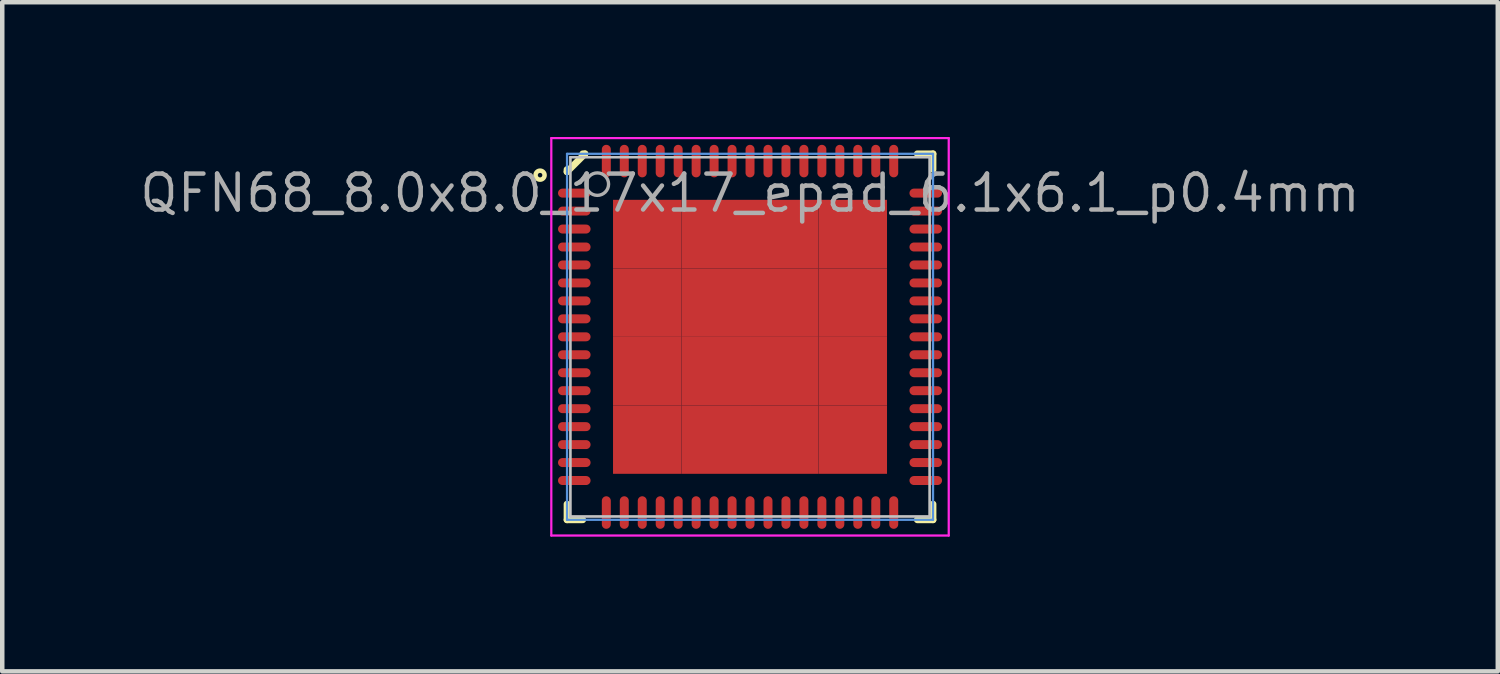
<source format=kicad_pcb>
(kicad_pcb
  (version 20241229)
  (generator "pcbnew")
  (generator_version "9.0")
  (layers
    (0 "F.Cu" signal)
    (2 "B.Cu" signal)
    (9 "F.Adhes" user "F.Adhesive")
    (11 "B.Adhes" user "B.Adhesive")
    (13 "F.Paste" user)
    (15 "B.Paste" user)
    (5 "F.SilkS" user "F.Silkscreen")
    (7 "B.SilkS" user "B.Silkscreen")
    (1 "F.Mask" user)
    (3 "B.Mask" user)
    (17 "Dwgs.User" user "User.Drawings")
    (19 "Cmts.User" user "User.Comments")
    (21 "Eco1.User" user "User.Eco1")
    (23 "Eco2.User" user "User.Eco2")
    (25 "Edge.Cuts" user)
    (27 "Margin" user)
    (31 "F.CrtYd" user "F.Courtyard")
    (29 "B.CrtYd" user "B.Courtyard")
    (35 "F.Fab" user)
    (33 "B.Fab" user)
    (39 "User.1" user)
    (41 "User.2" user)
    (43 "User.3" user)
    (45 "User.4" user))
  (footprint "QFN68_8.0x8.0_17x17_epad_6.1x6.1_p0.4mm"
    (layer "F.Cu")
    (at 13.651 4.45)
    (property "Reference" "QFN68_8.0x8.0_17x17_epad_6.1x6.1_p0.4mm" (at 0 -3.2 0) (layer "F.Fab") (effects (font (size 0.8 0.8) (thickness 0.1))))
    (attr through_hole)
    (fp_line (start -4.075 -3.675) (end -4.075 -3.725) (stroke (width 0.15) (type solid)) (layer "F.SilkS"))
    (fp_line (start -4.075 -3.675) (end -3.675 -4.075) (stroke (width 0.15) (type solid)) (layer "F.SilkS"))
    (fp_line (start -4.075 4.075) (end -4.075 3.725) (stroke (width 0.15) (type solid)) (layer "F.SilkS"))
    (fp_line (start -4.075 4.075) (end -3.725 4.075) (stroke (width 0.15) (type solid)) (layer "F.SilkS"))
    (fp_line (start -3.725 -4.075) (end -3.675 -4.075) (stroke (width 0.15) (type solid)) (layer "F.SilkS"))
    (fp_line (start 4.075 -4.075) (end 3.725 -4.075) (stroke (width 0.15) (type solid)) (layer "F.SilkS"))
    (fp_line (start 4.075 -4.075) (end 4.075 -3.725) (stroke (width 0.15) (type solid)) (layer "F.SilkS"))
    (fp_line (start 4.075 4.075) (end 3.725 4.075) (stroke (width 0.15) (type solid)) (layer "F.SilkS"))
    (fp_line (start 4.075 4.075) (end 4.075 3.725) (stroke (width 0.15) (type solid)) (layer "F.SilkS"))
    (fp_circle (center -4.675 -3.6) (end -4.604 -3.529) (stroke (width 0.1) (type solid)) (fill no) (layer "F.SilkS"))
    (fp_line (start -4 -4) (end -4 4) (stroke (width 0.05) (type solid)) (layer "Dwgs.User"))
    (fp_line (start -4 -4) (end 4 -4) (stroke (width 0.05) (type solid)) (layer "Dwgs.User"))
    (fp_line (start -4 4) (end 4 4) (stroke (width 0.05) (type solid)) (layer "Dwgs.User"))
    (fp_line (start 4 -4) (end 4 4) (stroke (width 0.05) (type solid)) (layer "Dwgs.User"))
    (fp_line (start -4.075 -4.075) (end -4.075 4.075) (stroke (width 0.05) (type solid)) (layer "Cmts.User"))
    (fp_line (start -4.075 -4.075) (end 4.075 -4.075) (stroke (width 0.05) (type solid)) (layer "Cmts.User"))
    (fp_line (start -4.075 4.075) (end 4.075 4.075) (stroke (width 0.05) (type solid)) (layer "Cmts.User"))
    (fp_line (start 4.075 -4.075) (end 4.075 4.075) (stroke (width 0.05) (type solid)) (layer "Cmts.User"))
    (fp_line (start -3.925 -3.925) (end -3.925 3.925) (stroke (width 0.05) (type solid)) (layer "Eco1.User"))
    (fp_line (start -3.925 -3.925) (end 3.925 -3.925) (stroke (width 0.05) (type solid)) (layer "Eco1.User"))
    (fp_line (start -3.925 3.925) (end 3.925 3.925) (stroke (width 0.05) (type solid)) (layer "Eco1.User"))
    (fp_line (start 3.925 -3.925) (end 3.925 3.925) (stroke (width 0.05) (type solid)) (layer "Eco1.User"))
    (fp_line (start -4.425 -4.425) (end -4.425 4.425) (stroke (width 0.05) (type solid)) (layer "F.CrtYd"))
    (fp_line (start -4.425 -4.425) (end 4.425 -4.425) (stroke (width 0.05) (type solid)) (layer "F.CrtYd"))
    (fp_line (start -4.425 4.425) (end 4.425 4.425) (stroke (width 0.05) (type solid)) (layer "F.CrtYd"))
    (fp_line (start 4.425 -4.425) (end 4.425 4.425) (stroke (width 0.05) (type solid)) (layer "F.CrtYd"))
    (fp_line (start -4 -4) (end -4 4) (stroke (width 0.05) (type solid)) (layer "F.Fab"))
    (fp_line (start -4 -4) (end 4 -4) (stroke (width 0.05) (type solid)) (layer "F.Fab"))
    (fp_line (start -4 4) (end 4 4) (stroke (width 0.05) (type solid)) (layer "F.Fab"))
    (fp_line (start 4 -4) (end 4 4) (stroke (width 0.05) (type solid)) (layer "F.Fab"))
    (fp_circle (center -3.4 -3.4) (end -3.223 -3.223) (stroke (width 0.075) (type solid)) (fill no) (layer "F.Fab"))
    (pad "1" smd oval (at -3.913 -3.2 180) (size 0.725 0.2) (layers "F.Cu" "F.Mask" "F.Paste"))
    (pad "2" smd oval (at -3.913 -2.8 180) (size 0.725 0.2) (layers "F.Cu" "F.Mask" "F.Paste"))
    (pad "3" smd oval (at -3.913 -2.4 180) (size 0.725 0.2) (layers "F.Cu" "F.Mask" "F.Paste"))
    (pad "4" smd oval (at -3.913 -2 180) (size 0.725 0.2) (layers "F.Cu" "F.Mask" "F.Paste"))
    (pad "5" smd oval (at -3.913 -1.6 180) (size 0.725 0.2) (layers "F.Cu" "F.Mask" "F.Paste"))
    (pad "6" smd oval (at -3.913 -1.2 180) (size 0.725 0.2) (layers "F.Cu" "F.Mask" "F.Paste"))
    (pad "7" smd oval (at -3.913 -0.8 180) (size 0.725 0.2) (layers "F.Cu" "F.Mask" "F.Paste"))
    (pad "8" smd oval (at -3.913 -0.4 180) (size 0.725 0.2) (layers "F.Cu" "F.Mask" "F.Paste"))
    (pad "9" smd oval (at -3.913 0 180) (size 0.725 0.2) (layers "F.Cu" "F.Mask" "F.Paste"))
    (pad "10" smd oval (at -3.913 0.4 180) (size 0.725 0.2) (layers "F.Cu" "F.Mask" "F.Paste"))
    (pad "11" smd oval (at -3.913 0.8 180) (size 0.725 0.2) (layers "F.Cu" "F.Mask" "F.Paste"))
    (pad "12" smd oval (at -3.913 1.2 180) (size 0.725 0.2) (layers "F.Cu" "F.Mask" "F.Paste"))
    (pad "13" smd oval (at -3.913 1.6 180) (size 0.725 0.2) (layers "F.Cu" "F.Mask" "F.Paste"))
    (pad "14" smd oval (at -3.913 2 180) (size 0.725 0.2) (layers "F.Cu" "F.Mask" "F.Paste"))
    (pad "15" smd oval (at -3.913 2.4 180) (size 0.725 0.2) (layers "F.Cu" "F.Mask" "F.Paste"))
    (pad "16" smd oval (at -3.913 2.8 180) (size 0.725 0.2) (layers "F.Cu" "F.Mask" "F.Paste"))
    (pad "17" smd oval (at -3.913 3.2 180) (size 0.725 0.2) (layers "F.Cu" "F.Mask" "F.Paste"))
    (pad "18" smd oval (at -3.2 3.913 270) (size 0.725 0.2) (layers "F.Cu" "F.Mask" "F.Paste"))
    (pad "19" smd oval (at -2.8 3.913 270) (size 0.725 0.2) (layers "F.Cu" "F.Mask" "F.Paste"))
    (pad "20" smd oval (at -2.4 3.913 270) (size 0.725 0.2) (layers "F.Cu" "F.Mask" "F.Paste"))
    (pad "21" smd oval (at -2 3.913 270) (size 0.725 0.2) (layers "F.Cu" "F.Mask" "F.Paste"))
    (pad "22" smd oval (at -1.6 3.913 270) (size 0.725 0.2) (layers "F.Cu" "F.Mask" "F.Paste"))
    (pad "23" smd oval (at -1.2 3.913 270) (size 0.725 0.2) (layers "F.Cu" "F.Mask" "F.Paste"))
    (pad "24" smd oval (at -0.8 3.913 270) (size 0.725 0.2) (layers "F.Cu" "F.Mask" "F.Paste"))
    (pad "25" smd oval (at -0.4 3.913 270) (size 0.725 0.2) (layers "F.Cu" "F.Mask" "F.Paste"))
    (pad "26" smd oval (at 0 3.913 270) (size 0.725 0.2) (layers "F.Cu" "F.Mask" "F.Paste"))
    (pad "27" smd oval (at 0.4 3.913 270) (size 0.725 0.2) (layers "F.Cu" "F.Mask" "F.Paste"))
    (pad "28" smd oval (at 0.8 3.913 270) (size 0.725 0.2) (layers "F.Cu" "F.Mask" "F.Paste"))
    (pad "29" smd oval (at 1.2 3.913 270) (size 0.725 0.2) (layers "F.Cu" "F.Mask" "F.Paste"))
    (pad "30" smd oval (at 1.6 3.913 270) (size 0.725 0.2) (layers "F.Cu" "F.Mask" "F.Paste"))
    (pad "31" smd oval (at 2 3.913 270) (size 0.725 0.2) (layers "F.Cu" "F.Mask" "F.Paste"))
    (pad "32" smd oval (at 2.4 3.913 270) (size 0.725 0.2) (layers "F.Cu" "F.Mask" "F.Paste"))
    (pad "33" smd oval (at 2.8 3.913 270) (size 0.725 0.2) (layers "F.Cu" "F.Mask" "F.Paste"))
    (pad "34" smd oval (at 3.2 3.913 270) (size 0.725 0.2) (layers "F.Cu" "F.Mask" "F.Paste"))
    (pad "35" smd oval (at 3.913 3.2) (size 0.725 0.2) (layers "F.Cu" "F.Mask" "F.Paste"))
    (pad "36" smd oval (at 3.913 2.8) (size 0.725 0.2) (layers "F.Cu" "F.Mask" "F.Paste"))
    (pad "37" smd oval (at 3.913 2.4) (size 0.725 0.2) (layers "F.Cu" "F.Mask" "F.Paste"))
    (pad "38" smd oval (at 3.913 2) (size 0.725 0.2) (layers "F.Cu" "F.Mask" "F.Paste"))
    (pad "39" smd oval (at 3.913 1.6) (size 0.725 0.2) (layers "F.Cu" "F.Mask" "F.Paste"))
    (pad "40" smd oval (at 3.913 1.2) (size 0.725 0.2) (layers "F.Cu" "F.Mask" "F.Paste"))
    (pad "41" smd oval (at 3.913 0.8) (size 0.725 0.2) (layers "F.Cu" "F.Mask" "F.Paste"))
    (pad "42" smd oval (at 3.913 0.4) (size 0.725 0.2) (layers "F.Cu" "F.Mask" "F.Paste"))
    (pad "43" smd oval (at 3.913 0) (size 0.725 0.2) (layers "F.Cu" "F.Mask" "F.Paste"))
    (pad "44" smd oval (at 3.913 -0.4) (size 0.725 0.2) (layers "F.Cu" "F.Mask" "F.Paste"))
    (pad "45" smd oval (at 3.913 -0.8) (size 0.725 0.2) (layers "F.Cu" "F.Mask" "F.Paste"))
    (pad "46" smd oval (at 3.913 -1.2) (size 0.725 0.2) (layers "F.Cu" "F.Mask" "F.Paste"))
    (pad "47" smd oval (at 3.913 -1.6) (size 0.725 0.2) (layers "F.Cu" "F.Mask" "F.Paste"))
    (pad "48" smd oval (at 3.913 -2) (size 0.725 0.2) (layers "F.Cu" "F.Mask" "F.Paste"))
    (pad "49" smd oval (at 3.913 -2.4) (size 0.725 0.2) (layers "F.Cu" "F.Mask" "F.Paste"))
    (pad "50" smd oval (at 3.913 -2.8) (size 0.725 0.2) (layers "F.Cu" "F.Mask" "F.Paste"))
    (pad "51" smd oval (at 3.913 -3.2) (size 0.725 0.2) (layers "F.Cu" "F.Mask" "F.Paste"))
    (pad "52" smd oval (at 3.2 -3.913 90) (size 0.725 0.2) (layers "F.Cu" "F.Mask" "F.Paste"))
    (pad "53" smd oval (at 2.8 -3.913 90) (size 0.725 0.2) (layers "F.Cu" "F.Mask" "F.Paste"))
    (pad "54" smd oval (at 2.4 -3.913 90) (size 0.725 0.2) (layers "F.Cu" "F.Mask" "F.Paste"))
    (pad "55" smd oval (at 2 -3.913 90) (size 0.725 0.2) (layers "F.Cu" "F.Mask" "F.Paste"))
    (pad "56" smd oval (at 1.6 -3.913 90) (size 0.725 0.2) (layers "F.Cu" "F.Mask" "F.Paste"))
    (pad "57" smd oval (at 1.2 -3.913 90) (size 0.725 0.2) (layers "F.Cu" "F.Mask" "F.Paste"))
    (pad "58" smd oval (at 0.8 -3.913 90) (size 0.725 0.2) (layers "F.Cu" "F.Mask" "F.Paste"))
    (pad "59" smd oval (at 0.4 -3.913 90) (size 0.725 0.2) (layers "F.Cu" "F.Mask" "F.Paste"))
    (pad "60" smd oval (at 0 -3.913 90) (size 0.725 0.2) (layers "F.Cu" "F.Mask" "F.Paste"))
    (pad "61" smd oval (at -0.4 -3.913 90) (size 0.725 0.2) (layers "F.Cu" "F.Mask" "F.Paste"))
    (pad "62" smd oval (at -0.8 -3.913 90) (size 0.725 0.2) (layers "F.Cu" "F.Mask" "F.Paste"))
    (pad "63" smd oval (at -1.2 -3.913 90) (size 0.725 0.2) (layers "F.Cu" "F.Mask" "F.Paste"))
    (pad "64" smd oval (at -1.6 -3.913 90) (size 0.725 0.2) (layers "F.Cu" "F.Mask" "F.Paste"))
    (pad "65" smd oval (at -2 -3.913 90) (size 0.725 0.2) (layers "F.Cu" "F.Mask" "F.Paste"))
    (pad "66" smd oval (at -2.4 -3.913 90) (size 0.725 0.2) (layers "F.Cu" "F.Mask" "F.Paste"))
    (pad "67" smd oval (at -2.8 -3.913 90) (size 0.725 0.2) (layers "F.Cu" "F.Mask" "F.Paste"))
    (pad "68" smd oval (at -3.2 -3.913 90) (size 0.725 0.2) (layers "F.Cu" "F.Mask" "F.Paste"))
    (pad "69" smd rect (at -2.288 -2.288) (size 1.525 1.525) (layers "F.Cu" "F.Mask" "F.Paste"))
    (pad "69" smd rect (at -2.288 -0.762) (size 1.525 1.525) (layers "F.Cu" "F.Mask" "F.Paste"))
    (pad "69" smd rect (at -2.288 0.762) (size 1.525 1.525) (layers "F.Cu" "F.Mask" "F.Paste"))
    (pad "69" smd rect (at -2.288 2.288) (size 1.525 1.525) (layers "F.Cu" "F.Mask" "F.Paste"))
    (pad "69" smd rect (at -0.762 -2.288) (size 1.525 1.525) (layers "F.Cu" "F.Mask" "F.Paste"))
    (pad "69" smd rect (at -0.762 -0.762) (size 1.525 1.525) (layers "F.Cu" "F.Mask" "F.Paste"))
    (pad "69" smd rect (at -0.762 0.762) (size 1.525 1.525) (layers "F.Cu" "F.Mask" "F.Paste"))
    (pad "69" smd rect (at -0.762 2.288) (size 1.525 1.525) (layers "F.Cu" "F.Mask" "F.Paste"))
    (pad "69" smd rect (at 0.762 -2.288) (size 1.525 1.525) (layers "F.Cu" "F.Mask" "F.Paste"))
    (pad "69" smd rect (at 0.762 -0.762) (size 1.525 1.525) (layers "F.Cu" "F.Mask" "F.Paste"))
    (pad "69" smd rect (at 0.762 0.762) (size 1.525 1.525) (layers "F.Cu" "F.Mask" "F.Paste"))
    (pad "69" smd rect (at 0.762 2.288) (size 1.525 1.525) (layers "F.Cu" "F.Mask" "F.Paste"))
    (pad "69" smd rect (at 2.288 -2.288) (size 1.525 1.525) (layers "F.Cu" "F.Mask" "F.Paste"))
    (pad "69" smd rect (at 2.288 -0.762) (size 1.525 1.525) (layers "F.Cu" "F.Mask" "F.Paste"))
    (pad "69" smd rect (at 2.288 0.762) (size 1.525 1.525) (layers "F.Cu" "F.Mask" "F.Paste"))
    (pad "69" smd rect (at 2.288 2.288) (size 1.525 1.525) (layers "F.Cu" "F.Mask" "F.Paste")))
  (gr_rect
    (start -3 -3)
    (end 30.302 11.9)
    (stroke (width 0.1) (type default))
    (fill no)
    (layer "Edge.Cuts")))
</source>
